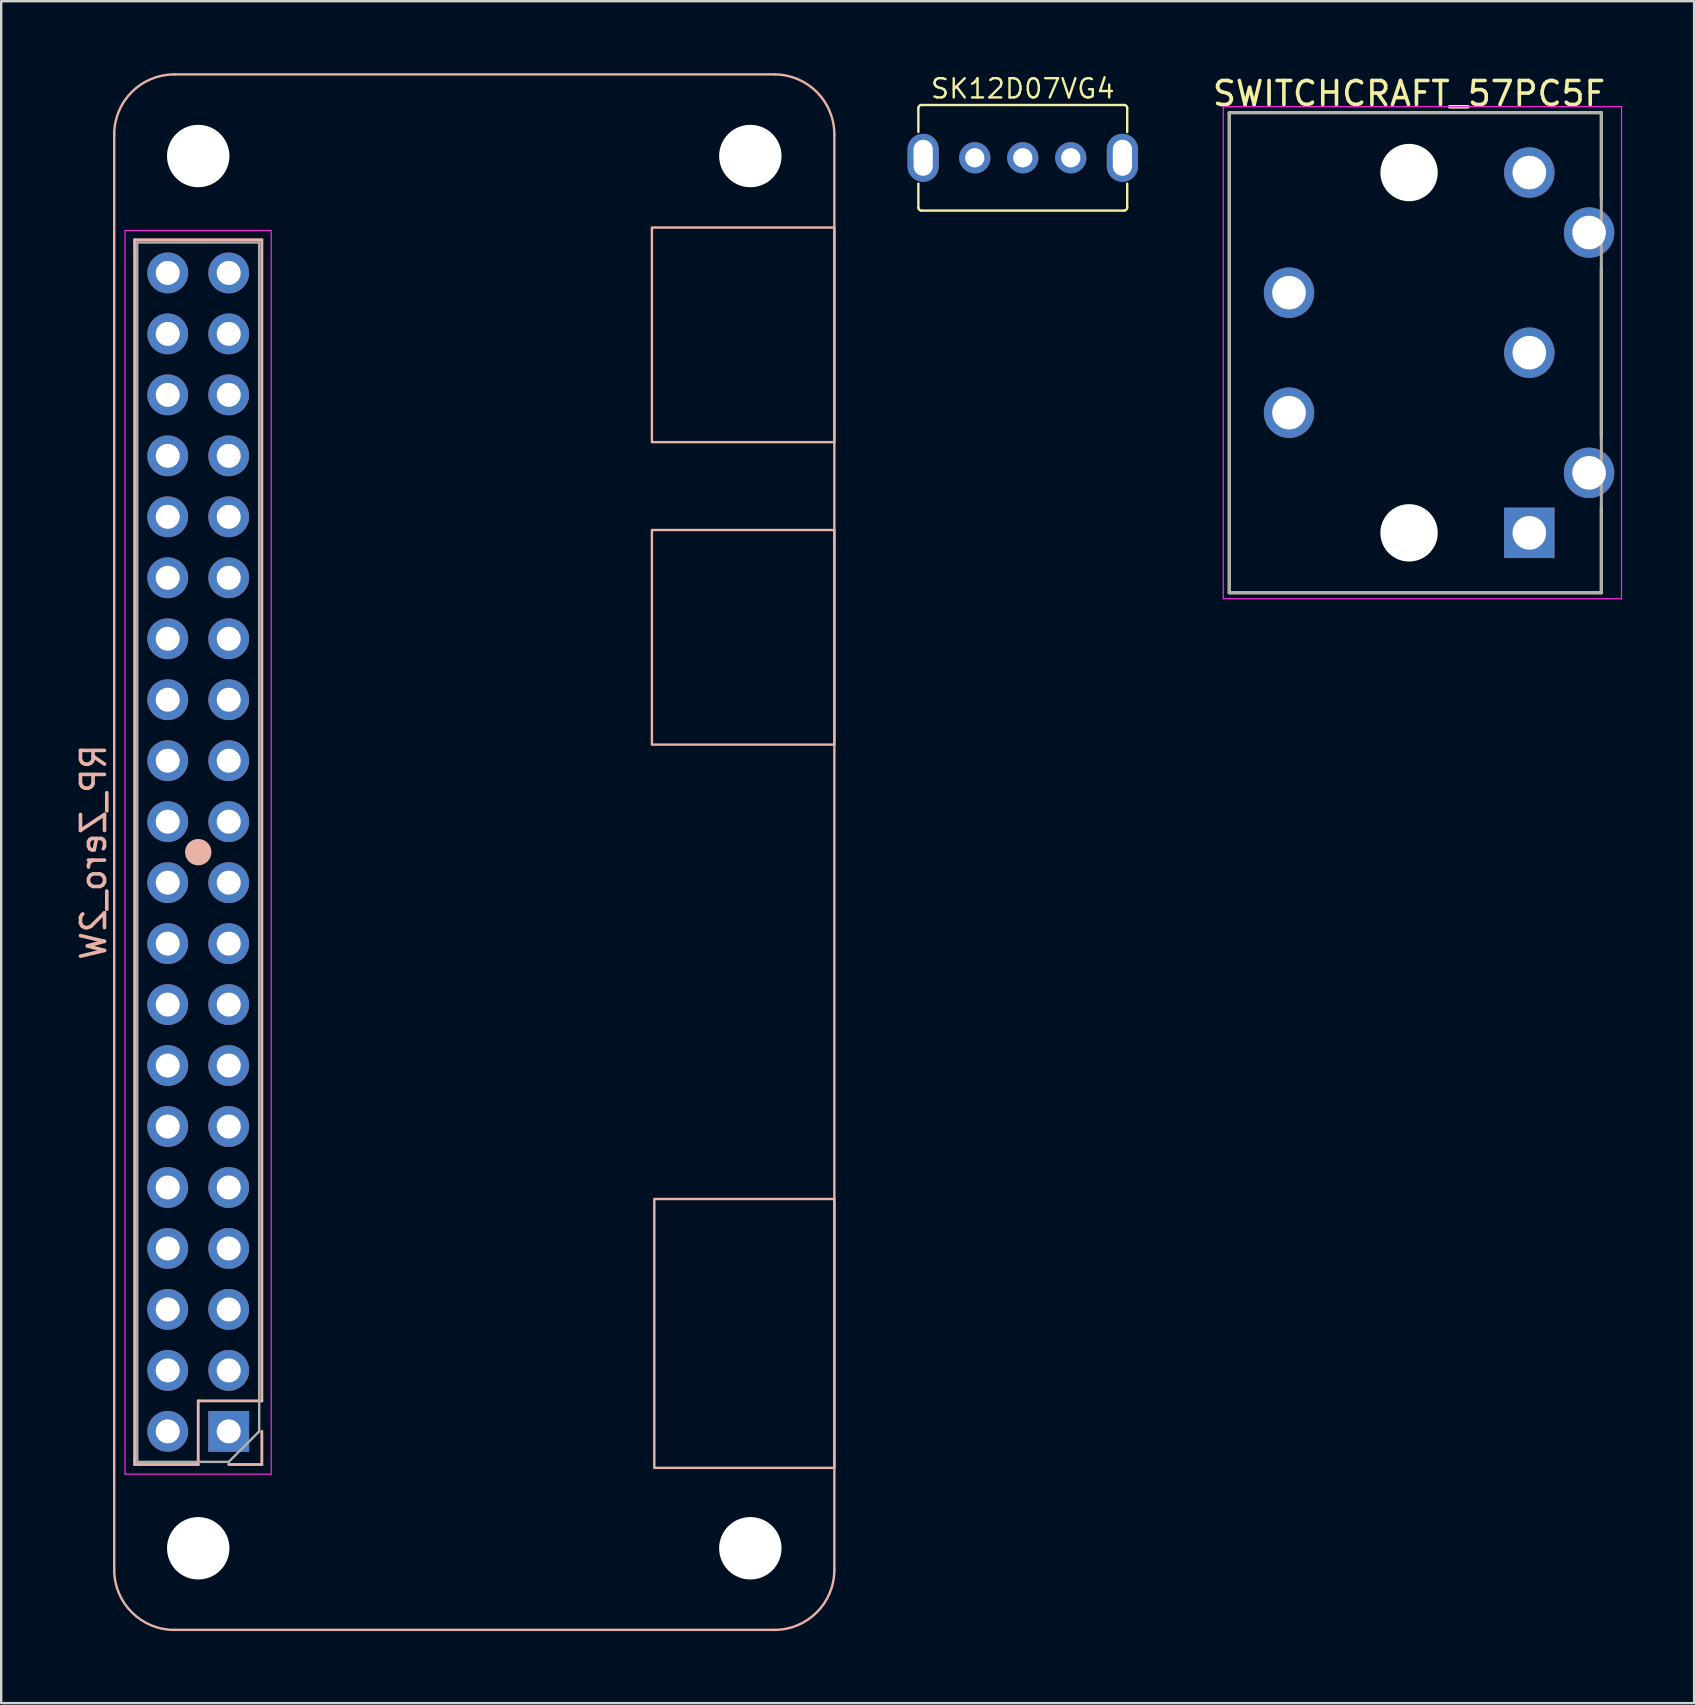
<source format=kicad_pcb>
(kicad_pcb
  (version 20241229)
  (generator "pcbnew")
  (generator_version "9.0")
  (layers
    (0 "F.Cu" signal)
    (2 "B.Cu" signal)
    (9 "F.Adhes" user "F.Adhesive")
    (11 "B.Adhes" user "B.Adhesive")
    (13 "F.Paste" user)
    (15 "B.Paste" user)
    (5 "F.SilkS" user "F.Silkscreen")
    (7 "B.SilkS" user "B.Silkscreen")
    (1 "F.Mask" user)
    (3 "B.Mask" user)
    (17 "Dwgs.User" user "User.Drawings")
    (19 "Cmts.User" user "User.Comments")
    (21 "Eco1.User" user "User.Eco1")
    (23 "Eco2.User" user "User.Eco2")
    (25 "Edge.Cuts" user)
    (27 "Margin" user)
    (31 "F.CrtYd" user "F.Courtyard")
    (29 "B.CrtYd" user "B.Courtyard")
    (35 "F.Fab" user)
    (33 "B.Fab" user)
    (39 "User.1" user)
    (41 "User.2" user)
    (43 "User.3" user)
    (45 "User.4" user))
  (footprint "SK12D07VG4"
    (layer "F.Cu")
    (at 39.558 1.323)
    (property "Reference" "SK12D07VG4" (at 0 -0.68 0) (unlocked yes) (layer "F.SilkS") (effects (font (size 0.8 0.8) (thickness 0.1))))
    (attr through_hole)
    (fp_line (start -4.35 0.125) (end -4.35 1.125) (stroke (width 0.1) (type solid)) (layer "F.SilkS"))
    (fp_line (start -4.35 3.275) (end -4.35 4.275) (stroke (width 0.1) (type solid)) (layer "F.SilkS"))
    (fp_line (start -4.225 0) (end 4.225 0) (stroke (width 0.1) (type default)) (layer "F.SilkS"))
    (fp_line (start 4.225 4.4) (end -4.225 4.4) (stroke (width 0.1) (type default)) (layer "F.SilkS"))
    (fp_line (start 4.35 0.125) (end 4.35 1.125) (stroke (width 0.1) (type solid)) (layer "F.SilkS"))
    (fp_line (start 4.35 3.275) (end 4.35 4.275) (stroke (width 0.1) (type solid)) (layer "F.SilkS"))
    (fp_arc (start -4.35 0.125) (mid -4.313388 0.036612) (end -4.225 0) (stroke (width 0.1) (type default)) (layer "F.SilkS"))
    (fp_arc (start -4.225 4.4) (mid -4.313388 4.363388) (end -4.35 4.275) (stroke (width 0.1) (type default)) (layer "F.SilkS"))
    (fp_arc (start 4.225 0) (mid 4.313388 0.036612) (end 4.35 0.125) (stroke (width 0.1) (type default)) (layer "F.SilkS"))
    (fp_arc (start 4.35 4.275) (mid 4.313388 4.363388) (end 4.225 4.4) (stroke (width 0.1) (type default)) (layer "F.SilkS"))
    (pad "" thru_hole oval (at -4.15 2.2 270) (size 2 1.3) (drill oval 1.5 0.8) (layers "*.Cu" "*.Mask"))
    (pad "" thru_hole oval (at 4.15 2.2 270) (size 2 1.3) (drill oval 1.5 0.8) (layers "*.Cu" "*.Mask"))
    (pad "1" thru_hole circle (at 2 2.2 180) (size 1.3 1.3) (drill 0.8) (layers "*.Cu" "*.Mask"))
    (pad "2" thru_hole circle (at 0 2.2 180) (size 1.3 1.3) (drill 0.8) (layers "*.Cu" "*.Mask"))
    (pad "3" thru_hole circle (at -2 2.2 180) (size 1.3 1.3) (drill 0.8) (layers "*.Cu" "*.Mask")))
  (footprint "SWITCHCRAFT_57PC5F"
    (layer "F.Cu")
    (at 55.65 11.643)
    (property "Reference" "SWITCHCRAFT_57PC5F" (at 0 -10.795 0) (layer "F.SilkS") (effects (font (size 1 1) (thickness 0.15))))
    (attr through_hole)
    (fp_circle (center 0 -7.505) (end 0.725 -7.505) (stroke (width 1.449) (type solid)) (fill no) (layer "F.Mask"))
    (fp_circle (center 0 7.505) (end 0.725 7.505) (stroke (width 1.449) (type solid)) (fill no) (layer "F.Mask"))
    (fp_circle (center 0 -7.505) (end 0.725 -7.505) (stroke (width 1.449) (type solid)) (fill no) (layer "B.Mask"))
    (fp_circle (center 0 7.505) (end 0.725 7.505) (stroke (width 1.449) (type solid)) (fill no) (layer "B.Mask"))
    (fp_line (start -7.49 -10) (end 8.01 -10) (stroke (width 0.127) (type solid)) (layer "F.SilkS"))
    (fp_line (start -7.49 10) (end -7.49 -10) (stroke (width 0.127) (type solid)) (layer "F.SilkS"))
    (fp_line (start 8.01 -10) (end 8.01 -6.45) (stroke (width 0.127) (type solid)) (layer "F.SilkS"))
    (fp_line (start 8.01 -3.5) (end 8.01 3.5) (stroke (width 0.127) (type solid)) (layer "F.SilkS"))
    (fp_line (start 8.01 6.45) (end 8.01 10) (stroke (width 0.127) (type solid)) (layer "F.SilkS"))
    (fp_line (start 8.01 10) (end -7.49 10) (stroke (width 0.127) (type solid)) (layer "F.SilkS"))
    (fp_line (start -7.74 -10.25) (end 8.85 -10.25) (stroke (width 0.05) (type solid)) (layer "F.CrtYd"))
    (fp_line (start -7.74 10.25) (end -7.74 -10.25) (stroke (width 0.05) (type solid)) (layer "F.CrtYd"))
    (fp_line (start 8.85 -10.25) (end 8.85 10.25) (stroke (width 0.05) (type solid)) (layer "F.CrtYd"))
    (fp_line (start 8.85 10.25) (end -7.74 10.25) (stroke (width 0.05) (type solid)) (layer "F.CrtYd"))
    (fp_line (start -7.49 -10) (end 8.01 -10) (stroke (width 0.127) (type solid)) (layer "F.Fab"))
    (fp_line (start -7.49 10) (end -7.49 -10) (stroke (width 0.127) (type solid)) (layer "F.Fab"))
    (fp_line (start 8.01 -10) (end 8.01 10) (stroke (width 0.127) (type solid)) (layer "F.Fab"))
    (fp_line (start 8.01 10) (end -7.49 10) (stroke (width 0.127) (type solid)) (layer "F.Fab"))
    (pad "" thru_hole circle (at -5 -2.5) (size 2.1 2.1) (drill 1.4) (layers "*.Cu" "*.Mask"))
    (pad "" thru_hole circle (at -5 2.5) (size 2.1 2.1) (drill 1.4) (layers "*.Cu" "*.Mask"))
    (pad "" np_thru_hole circle (at 0 -7.505) (size 2.39 2.39) (drill 2.39) (layers "*.Cu" "*.Mask"))
    (pad "" np_thru_hole circle (at 0 7.505) (size 2.39 2.39) (drill 2.39) (layers "*.Cu" "*.Mask"))
    (pad "1" thru_hole rect (at 5.01 7.505) (size 2.1 2.1) (drill 1.4) (layers "*.Cu" "*.Mask"))
    (pad "2" thru_hole circle (at 5.01 0) (size 2.1 2.1) (drill 1.4) (layers "*.Cu" "*.Mask"))
    (pad "3" thru_hole circle (at 5.01 -7.505) (size 2.1 2.1) (drill 1.4) (layers "*.Cu" "*.Mask"))
    (pad "4" thru_hole circle (at 7.5 5.005) (size 2.1 2.1) (drill 1.4) (layers "*.Cu" "*.Mask"))
    (pad "5" thru_hole circle (at 7.5 -5.005) (size 2.1 2.1) (drill 1.4) (layers "*.Cu" "*.Mask")))
  (footprint "RP_Zero_2W"
    (layer "F.Cu")
    (at 3.938 8.32)
    (property "Reference" "RP_Zero_2W" (at -3.09 24.13 270) (layer "B.SilkS") (effects (font (size 1 1) (thickness 0.15)) (justify mirror)))
    (fp_line (start -2.23 54.03) (end -2.23 -5.77) (stroke (width 0.1) (type solid)) (layer "B.SilkS"))
    (fp_line (start -1.38 49.64) (end -1.38 -1.38) (stroke (width 0.12) (type solid)) (layer "B.SilkS"))
    (fp_line (start 0.27 -8.27) (end 25.27 -8.27) (stroke (width 0.1) (type solid)) (layer "B.SilkS"))
    (fp_line (start 1.27 46.99) (end 1.27 49.64) (stroke (width 0.12) (type solid)) (layer "B.SilkS"))
    (fp_line (start 1.27 49.64) (end -1.38 49.64) (stroke (width 0.12) (type solid)) (layer "B.SilkS"))
    (fp_line (start 3.92 -1.38) (end -1.38 -1.38) (stroke (width 0.12) (type solid)) (layer "B.SilkS"))
    (fp_line (start 3.92 46.99) (end 1.27 46.99) (stroke (width 0.12) (type solid)) (layer "B.SilkS"))
    (fp_line (start 3.92 46.99) (end 3.92 -1.38) (stroke (width 0.12) (type solid)) (layer "B.SilkS"))
    (fp_line (start 3.92 48.26) (end 3.92 49.64) (stroke (width 0.12) (type solid)) (layer "B.SilkS"))
    (fp_line (start 3.92 49.64) (end 2.54 49.64) (stroke (width 0.12) (type solid)) (layer "B.SilkS"))
    (fp_line (start 25.27 56.53) (end 0.27 56.53) (stroke (width 0.1) (type solid)) (layer "B.SilkS"))
    (fp_line (start 27.77 -5.77) (end 27.77 54.03) (stroke (width 0.1) (type solid)) (layer "B.SilkS"))
    (fp_rect (start 20.17 -1.89) (end 27.77 7.05) (stroke (width 0.1) (type solid)) (fill no) (layer "B.SilkS"))
    (fp_rect (start 20.17 10.71) (end 27.77 19.65) (stroke (width 0.1) (type solid)) (fill no) (layer "B.SilkS"))
    (fp_rect (start 20.27 38.58) (end 27.77 49.78) (stroke (width 0.1) (type solid)) (fill no) (layer "B.SilkS"))
    (fp_arc (start -2.23 -5.77) (mid -1.497767 -7.537767) (end 0.27 -8.27) (stroke (width 0.1) (type solid)) (layer "B.SilkS"))
    (fp_arc (start 0.27 56.53) (mid -1.497767 55.797767) (end -2.23 54.03) (stroke (width 0.1) (type solid)) (layer "B.SilkS"))
    (fp_arc (start 25.27 -8.27) (mid 27.037767 -7.537767) (end 27.77 -5.77) (stroke (width 0.1) (type solid)) (layer "B.SilkS"))
    (fp_arc (start 27.77 54.03) (mid 27.037767 55.797767) (end 25.27 56.53) (stroke (width 0.1) (type solid)) (layer "B.SilkS"))
    (fp_circle (center 1.27 24.13) (end 0.77 24.13) (stroke (width 0.1) (type solid)) (fill yes) (layer "B.SilkS"))
    (fp_line (start -1.78 -1.77) (end -1.78 50.04) (stroke (width 0.05) (type solid)) (layer "F.CrtYd"))
    (fp_line (start -1.78 -1.77) (end 4.31 -1.77) (stroke (width 0.05) (type solid)) (layer "F.CrtYd"))
    (fp_line (start -1.78 50.04) (end 4.31 50.04) (stroke (width 0.05) (type solid)) (layer "F.CrtYd"))
    (fp_line (start 4.31 50.04) (end 4.31 -1.77) (stroke (width 0.05) (type solid)) (layer "F.CrtYd"))
    (fp_line (start -1.27 -1.27) (end 3.81 -1.27) (stroke (width 0.1) (type solid)) (layer "F.Fab"))
    (fp_line (start -1.27 49.53) (end -1.27 -1.27) (stroke (width 0.1) (type solid)) (layer "F.Fab"))
    (fp_line (start 2.54 49.53) (end -1.27 49.53) (stroke (width 0.1) (type solid)) (layer "F.Fab"))
    (fp_line (start 3.81 -1.27) (end 3.81 48.26) (stroke (width 0.1) (type solid)) (layer "F.Fab"))
    (fp_line (start 3.81 48.26) (end 2.54 49.53) (stroke (width 0.1) (type solid)) (layer "F.Fab"))
    (pad "" np_thru_hole circle (at 1.27 -4.87) (size 2.6 2.6) (drill 2.6) (layers "*.Cu" "*.Mask"))
    (pad "" np_thru_hole circle (at 1.27 53.13) (size 2.6 2.6) (drill 2.6) (layers "*.Cu" "*.Mask"))
    (pad "" np_thru_hole circle (at 24.27 -4.87) (size 2.6 2.6) (drill 2.6) (layers "*.Cu" "*.Mask"))
    (pad "" np_thru_hole circle (at 24.27 53.13) (size 2.6 2.6) (drill 2.6) (layers "*.Cu" "*.Mask"))
    (pad "1" thru_hole rect (at 2.54 48.26 180) (size 1.7 1.7) (drill 1) (layers "*.Cu" "*.Mask"))
    (pad "2" thru_hole circle (at 0 48.26 180) (size 1.7 1.7) (drill 1) (layers "*.Cu" "*.Mask"))
    (pad "3" thru_hole circle (at 2.54 45.72 180) (size 1.7 1.7) (drill 1) (layers "*.Cu" "*.Mask"))
    (pad "4" thru_hole circle (at 0 45.72 180) (size 1.7 1.7) (drill 1) (layers "*.Cu" "*.Mask"))
    (pad "5" thru_hole circle (at 2.54 43.18 180) (size 1.7 1.7) (drill 1) (layers "*.Cu" "*.Mask"))
    (pad "6" thru_hole circle (at 0 43.18 180) (size 1.7 1.7) (drill 1) (layers "*.Cu" "*.Mask"))
    (pad "7" thru_hole circle (at 2.54 40.64 180) (size 1.7 1.7) (drill 1) (layers "*.Cu" "*.Mask"))
    (pad "8" thru_hole circle (at 0 40.64 180) (size 1.7 1.7) (drill 1) (layers "*.Cu" "*.Mask"))
    (pad "9" thru_hole circle (at 2.54 38.1 180) (size 1.7 1.7) (drill 1) (layers "*.Cu" "*.Mask"))
    (pad "10" thru_hole circle (at 0 38.1 180) (size 1.7 1.7) (drill 1) (layers "*.Cu" "*.Mask"))
    (pad "11" thru_hole circle (at 2.54 35.56 180) (size 1.7 1.7) (drill 1) (layers "*.Cu" "*.Mask"))
    (pad "12" thru_hole circle (at 0 35.56 180) (size 1.7 1.7) (drill 1) (layers "*.Cu" "*.Mask"))
    (pad "13" thru_hole circle (at 2.54 33.02 180) (size 1.7 1.7) (drill 1) (layers "*.Cu" "*.Mask"))
    (pad "14" thru_hole circle (at 0 33.02 180) (size 1.7 1.7) (drill 1) (layers "*.Cu" "*.Mask"))
    (pad "15" thru_hole circle (at 2.54 30.48 180) (size 1.7 1.7) (drill 1) (layers "*.Cu" "*.Mask"))
    (pad "16" thru_hole circle (at 0 30.48 180) (size 1.7 1.7) (drill 1) (layers "*.Cu" "*.Mask"))
    (pad "17" thru_hole circle (at 2.54 27.94 180) (size 1.7 1.7) (drill 1) (layers "*.Cu" "*.Mask"))
    (pad "18" thru_hole circle (at 0 27.94 180) (size 1.7 1.7) (drill 1) (layers "*.Cu" "*.Mask"))
    (pad "19" thru_hole circle (at 2.54 25.4 180) (size 1.7 1.7) (drill 1) (layers "*.Cu" "*.Mask"))
    (pad "20" thru_hole circle (at 0 25.4 180) (size 1.7 1.7) (drill 1) (layers "*.Cu" "*.Mask"))
    (pad "21" thru_hole circle (at 2.54 22.86 180) (size 1.7 1.7) (drill 1) (layers "*.Cu" "*.Mask"))
    (pad "22" thru_hole circle (at 0 22.86 180) (size 1.7 1.7) (drill 1) (layers "*.Cu" "*.Mask"))
    (pad "23" thru_hole circle (at 2.54 20.32 180) (size 1.7 1.7) (drill 1) (layers "*.Cu" "*.Mask"))
    (pad "24" thru_hole circle (at 0 20.32 180) (size 1.7 1.7) (drill 1) (layers "*.Cu" "*.Mask"))
    (pad "25" thru_hole circle (at 2.54 17.78 180) (size 1.7 1.7) (drill 1) (layers "*.Cu" "*.Mask"))
    (pad "26" thru_hole circle (at 0 17.78 180) (size 1.7 1.7) (drill 1) (layers "*.Cu" "*.Mask"))
    (pad "27" thru_hole circle (at 2.54 15.24 180) (size 1.7 1.7) (drill 1) (layers "*.Cu" "*.Mask"))
    (pad "28" thru_hole circle (at 0 15.24 180) (size 1.7 1.7) (drill 1) (layers "*.Cu" "*.Mask"))
    (pad "29" thru_hole circle (at 2.54 12.7 180) (size 1.7 1.7) (drill 1) (layers "*.Cu" "*.Mask"))
    (pad "30" thru_hole circle (at 0 12.7 180) (size 1.7 1.7) (drill 1) (layers "*.Cu" "*.Mask"))
    (pad "31" thru_hole circle (at 2.54 10.16 180) (size 1.7 1.7) (drill 1) (layers "*.Cu" "*.Mask"))
    (pad "32" thru_hole circle (at 0 10.16 180) (size 1.7 1.7) (drill 1) (layers "*.Cu" "*.Mask"))
    (pad "33" thru_hole circle (at 2.54 7.62 180) (size 1.7 1.7) (drill 1) (layers "*.Cu" "*.Mask"))
    (pad "34" thru_hole circle (at 0 7.62 180) (size 1.7 1.7) (drill 1) (layers "*.Cu" "*.Mask"))
    (pad "35" thru_hole circle (at 2.54 5.08 180) (size 1.7 1.7) (drill 1) (layers "*.Cu" "*.Mask"))
    (pad "36" thru_hole circle (at 0 5.08 180) (size 1.7 1.7) (drill 1) (layers "*.Cu" "*.Mask"))
    (pad "37" thru_hole circle (at 2.54 2.54 180) (size 1.7 1.7) (drill 1) (layers "*.Cu" "*.Mask"))
    (pad "38" thru_hole circle (at 0 2.54 180) (size 1.7 1.7) (drill 1) (layers "*.Cu" "*.Mask"))
    (pad "39" thru_hole circle (at 2.54 0 180) (size 1.7 1.7) (drill 1) (layers "*.Cu" "*.Mask"))
    (pad "40" thru_hole circle (at 0 0 180) (size 1.7 1.7) (drill 1) (layers "*.Cu" "*.Mask")))
  (gr_rect
    (start -3 -3)
    (end 67.525 67.9)
    (stroke (width 0.1) (type default))
    (fill no)
    (layer "Edge.Cuts")))
</source>
